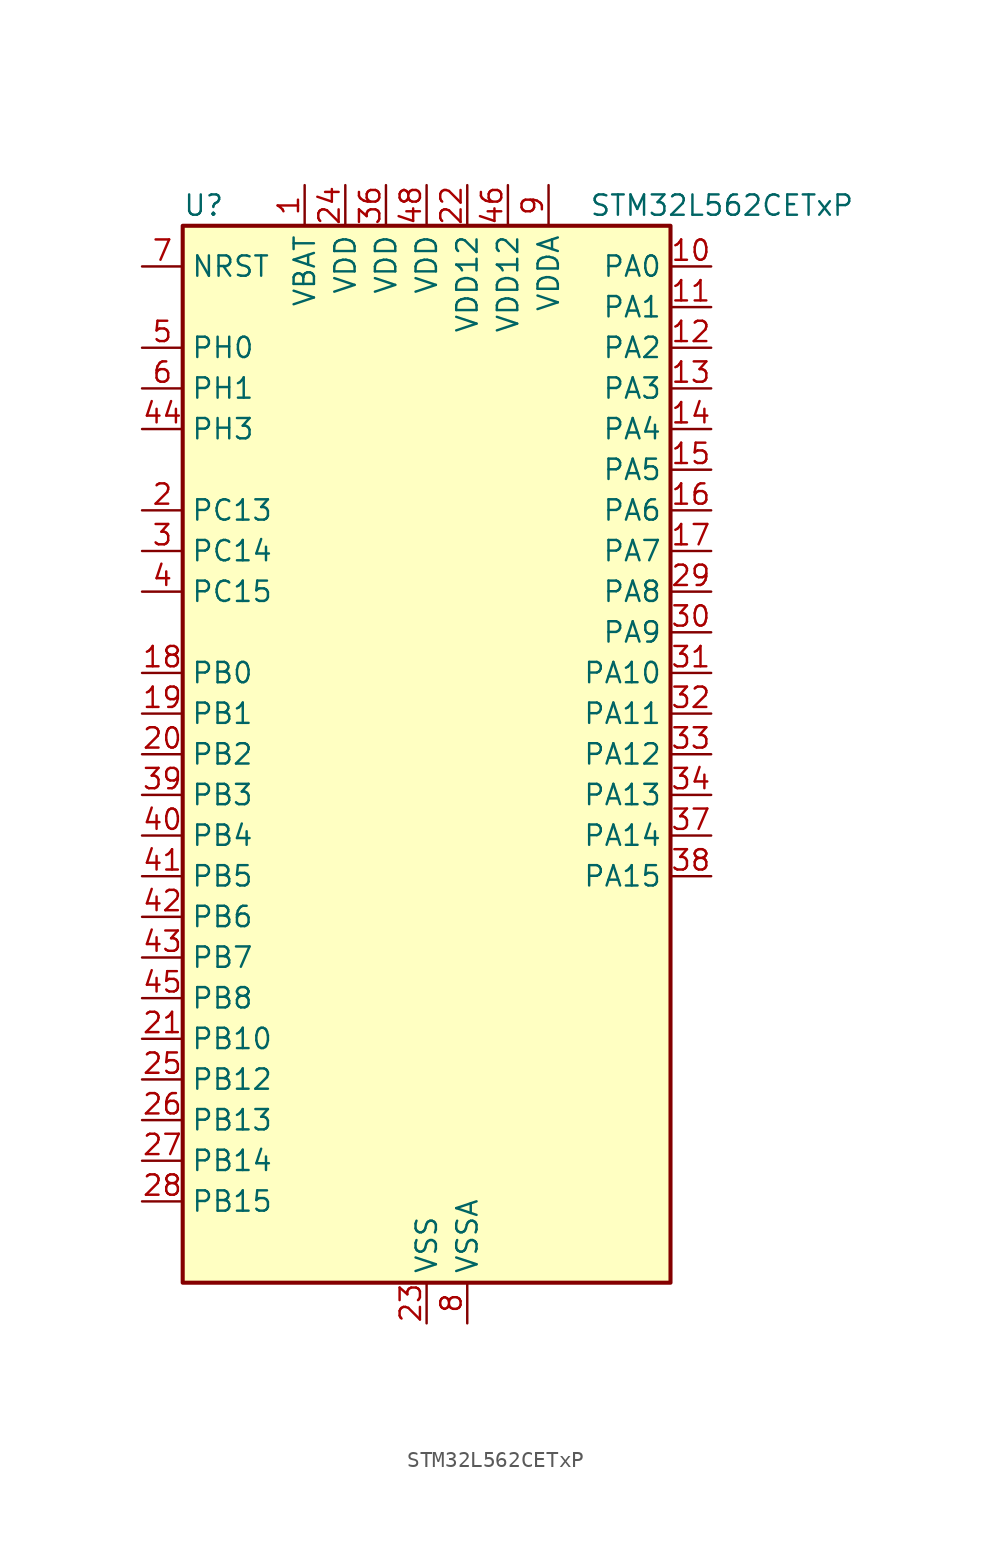
<source format=kicad_sym>
(kicad_symbol_lib
  (version 20220914)
  (generator kicad_symbol_editor)
  (symbol "STM32L562CETxP"
    (property "Reference" "U"
      (at -15.24 34.29 0)
      (effects (font (size 1.27 1.27)) (justify left)))
    (property "Value" "STM32L562CETxP"
      (at 10.16 34.29 0)
      (effects (font (size 1.27 1.27)) (justify left)))
    (property "ki_locked" ""
      (at 0 0 0)
      (effects (font (size 1.27 1.27))))
    (symbol "STM32L562CETxP_0_1"
      (rectangle (start -15.24 -33.02) (end 15.24 33.02) (stroke (width 0.254) (type default)) (fill (type background))))
    (symbol "STM32L562CETxP_1_1"
      (pin power_in line (at -7.62 35.56 270) (length 2.54) (name "VBAT" (effects (font (size 1.27 1.27)))) (number "1" (effects (font (size 1.27 1.27)))))
      (pin bidirectional line (at 17.78 30.48 180) (length 2.54) (name "PA0" (effects (font (size 1.27 1.27)))) (number "10" (effects (font (size 1.27 1.27)))) (alternate "ADC1_IN5" bidirectional line) (alternate "ADC2_IN5" bidirectional line) (alternate "OPAMP1_VINP" bidirectional line) (alternate "PWR_WKUP1" bidirectional line) (alternate "SAI1_EXTCLK" bidirectional line) (alternate "TAMP_IN2" bidirectional line) (alternate "TAMP_OUT1" bidirectional line) (alternate "TIM2_CH1" bidirectional line) (alternate "TIM2_ETR" bidirectional line) (alternate "TIM5_CH1" bidirectional line) (alternate "TIM8_ETR" bidirectional line) (alternate "UART4_TX" bidirectional line) (alternate "USART2_CTS" bidirectional line) (alternate "USART2_NSS" bidirectional line))
      (pin bidirectional line (at 17.78 27.94 180) (length 2.54) (name "PA1" (effects (font (size 1.27 1.27)))) (number "11" (effects (font (size 1.27 1.27)))) (alternate "ADC1_IN6" bidirectional line) (alternate "ADC2_IN6" bidirectional line) (alternate "I2C1_SMBA" bidirectional line) (alternate "OCTOSPI1_DQS" bidirectional line) (alternate "OPAMP1_VINM" bidirectional line) (alternate "SPI1_SCK" bidirectional line) (alternate "TAMP_IN5" bidirectional line) (alternate "TAMP_OUT4" bidirectional line) (alternate "TIM15_CH1N" bidirectional line) (alternate "TIM2_CH2" bidirectional line) (alternate "TIM5_CH2" bidirectional line) (alternate "UART4_RX" bidirectional line) (alternate "USART2_DE" bidirectional line) (alternate "USART2_RTS" bidirectional line))
      (pin bidirectional line (at 17.78 25.4 180) (length 2.54) (name "PA2" (effects (font (size 1.27 1.27)))) (number "12" (effects (font (size 1.27 1.27)))) (alternate "ADC1_IN7" bidirectional line) (alternate "ADC2_IN7" bidirectional line) (alternate "COMP1_INP" bidirectional line) (alternate "LPUART1_TX" bidirectional line) (alternate "OCTOSPI1_NCS" bidirectional line) (alternate "PWR_WKUP4" bidirectional line) (alternate "RCC_LSCO" bidirectional line) (alternate "SAI2_EXTCLK" bidirectional line) (alternate "TIM15_CH1" bidirectional line) (alternate "TIM2_CH3" bidirectional line) (alternate "TIM5_CH3" bidirectional line) (alternate "UCPD1_FRSTX1" bidirectional line) (alternate "USART2_TX" bidirectional line))
      (pin bidirectional line (at 17.78 22.86 180) (length 2.54) (name "PA3" (effects (font (size 1.27 1.27)))) (number "13" (effects (font (size 1.27 1.27)))) (alternate "ADC1_IN8" bidirectional line) (alternate "ADC2_IN8" bidirectional line) (alternate "LPUART1_RX" bidirectional line) (alternate "OCTOSPI1_CLK" bidirectional line) (alternate "OPAMP1_VOUT" bidirectional line) (alternate "SAI1_CK1" bidirectional line) (alternate "SAI1_MCLK_A" bidirectional line) (alternate "TIM15_CH2" bidirectional line) (alternate "TIM2_CH4" bidirectional line) (alternate "TIM5_CH4" bidirectional line) (alternate "USART2_RX" bidirectional line))
      (pin bidirectional line (at 17.78 20.32 180) (length 2.54) (name "PA4" (effects (font (size 1.27 1.27)))) (number "14" (effects (font (size 1.27 1.27)))) (alternate "ADC1_IN9" bidirectional line) (alternate "ADC2_IN9" bidirectional line) (alternate "DAC1_OUT1" bidirectional line) (alternate "LPTIM2_OUT" bidirectional line) (alternate "OCTOSPI1_NCS" bidirectional line) (alternate "SAI1_FS_B" bidirectional line) (alternate "SPI1_NSS" bidirectional line) (alternate "SPI3_NSS" bidirectional line) (alternate "USART2_CK" bidirectional line))
      (pin bidirectional line (at 17.78 17.78 180) (length 2.54) (name "PA5" (effects (font (size 1.27 1.27)))) (number "15" (effects (font (size 1.27 1.27)))) (alternate "ADC1_IN10" bidirectional line) (alternate "ADC2_IN10" bidirectional line) (alternate "DAC1_OUT2" bidirectional line) (alternate "LPTIM2_ETR" bidirectional line) (alternate "SPI1_SCK" bidirectional line) (alternate "TIM2_CH1" bidirectional line) (alternate "TIM2_ETR" bidirectional line) (alternate "TIM8_CH1N" bidirectional line))
      (pin bidirectional line (at 17.78 15.24 180) (length 2.54) (name "PA6" (effects (font (size 1.27 1.27)))) (number "16" (effects (font (size 1.27 1.27)))) (alternate "ADC1_IN11" bidirectional line) (alternate "ADC2_IN11" bidirectional line) (alternate "LPUART1_CTS" bidirectional line) (alternate "OCTOSPI1_IO3" bidirectional line) (alternate "OPAMP2_VINP" bidirectional line) (alternate "SPI1_MISO" bidirectional line) (alternate "TIM16_CH1" bidirectional line) (alternate "TIM1_BKIN" bidirectional line) (alternate "TIM3_CH1" bidirectional line) (alternate "TIM8_BKIN" bidirectional line) (alternate "USART3_CTS" bidirectional line) (alternate "USART3_NSS" bidirectional line))
      (pin bidirectional line (at 17.78 12.7 180) (length 2.54) (name "PA7" (effects (font (size 1.27 1.27)))) (number "17" (effects (font (size 1.27 1.27)))) (alternate "ADC1_IN12" bidirectional line) (alternate "ADC2_IN12" bidirectional line) (alternate "I2C3_SCL" bidirectional line) (alternate "OCTOSPI1_IO2" bidirectional line) (alternate "OPAMP2_VINM" bidirectional line) (alternate "SPI1_MOSI" bidirectional line) (alternate "TIM17_CH1" bidirectional line) (alternate "TIM1_CH1N" bidirectional line) (alternate "TIM3_CH2" bidirectional line) (alternate "TIM8_CH1N" bidirectional line))
      (pin bidirectional line (at -17.78 5.08 0) (length 2.54) (name "PB0" (effects (font (size 1.27 1.27)))) (number "18" (effects (font (size 1.27 1.27)))) (alternate "ADC1_IN15" bidirectional line) (alternate "ADC2_IN15" bidirectional line) (alternate "COMP1_OUT" bidirectional line) (alternate "OCTOSPI1_IO1" bidirectional line) (alternate "OPAMP2_VOUT" bidirectional line) (alternate "SAI1_EXTCLK" bidirectional line) (alternate "SPI1_NSS" bidirectional line) (alternate "TIM1_CH2N" bidirectional line) (alternate "TIM3_CH3" bidirectional line) (alternate "TIM8_CH2N" bidirectional line) (alternate "USART3_CK" bidirectional line))
      (pin bidirectional line (at -17.78 2.54 0) (length 2.54) (name "PB1" (effects (font (size 1.27 1.27)))) (number "19" (effects (font (size 1.27 1.27)))) (alternate "ADC1_IN16" bidirectional line) (alternate "ADC2_IN16" bidirectional line) (alternate "COMP1_INM" bidirectional line) (alternate "DFSDM1_DATIN0" bidirectional line) (alternate "LPTIM2_IN1" bidirectional line) (alternate "LPUART1_DE" bidirectional line) (alternate "LPUART1_RTS" bidirectional line) (alternate "OCTOSPI1_IO0" bidirectional line) (alternate "TIM1_CH3N" bidirectional line) (alternate "TIM3_CH4" bidirectional line) (alternate "TIM8_CH3N" bidirectional line) (alternate "USART3_DE" bidirectional line) (alternate "USART3_RTS" bidirectional line))
      (pin bidirectional line (at -17.78 15.24 0) (length 2.54) (name "PC13" (effects (font (size 1.27 1.27)))) (number "2" (effects (font (size 1.27 1.27)))) (alternate "PWR_WKUP2" bidirectional line) (alternate "RTC_OUT1" bidirectional line) (alternate "RTC_TS" bidirectional line) (alternate "TAMP_IN1" bidirectional line) (alternate "TAMP_OUT2" bidirectional line))
      (pin bidirectional line (at -17.78 0 0) (length 2.54) (name "PB2" (effects (font (size 1.27 1.27)))) (number "20" (effects (font (size 1.27 1.27)))) (alternate "COMP1_INP" bidirectional line) (alternate "DFSDM1_CKIN0" bidirectional line) (alternate "I2C3_SMBA" bidirectional line) (alternate "LPTIM1_OUT" bidirectional line) (alternate "OCTOSPI1_DQS" bidirectional line) (alternate "RTC_OUT2" bidirectional line) (alternate "UCPD1_FRSTX1" bidirectional line))
      (pin bidirectional line (at -17.78 -17.78 0) (length 2.54) (name "PB10" (effects (font (size 1.27 1.27)))) (number "21" (effects (font (size 1.27 1.27)))) (alternate "COMP1_OUT" bidirectional line) (alternate "I2C2_SCL" bidirectional line) (alternate "I2C4_SCL" bidirectional line) (alternate "LPTIM3_OUT" bidirectional line) (alternate "LPUART1_RX" bidirectional line) (alternate "OCTOSPI1_CLK" bidirectional line) (alternate "SAI1_SCK_A" bidirectional line) (alternate "SPI2_SCK" bidirectional line) (alternate "TIM2_CH3" bidirectional line) (alternate "TSC_SYNC" bidirectional line) (alternate "USART3_TX" bidirectional line))
      (pin power_in line (at 2.54 35.56 270) (length 2.54) (name "VDD12" (effects (font (size 1.27 1.27)))) (number "22" (effects (font (size 1.27 1.27)))))
      (pin power_in line (at 0 -35.56 90) (length 2.54) (name "VSS" (effects (font (size 1.27 1.27)))) (number "23" (effects (font (size 1.27 1.27)))))
      (pin power_in line (at -5.08 35.56 270) (length 2.54) (name "VDD" (effects (font (size 1.27 1.27)))) (number "24" (effects (font (size 1.27 1.27)))))
      (pin bidirectional line (at -17.78 -20.32 0) (length 2.54) (name "PB12" (effects (font (size 1.27 1.27)))) (number "25" (effects (font (size 1.27 1.27)))) (alternate "DFSDM1_DATIN1" bidirectional line) (alternate "I2C2_SMBA" bidirectional line) (alternate "LPUART1_DE" bidirectional line) (alternate "LPUART1_RTS" bidirectional line) (alternate "OCTOSPI1_NCLK" bidirectional line) (alternate "SAI2_FS_A" bidirectional line) (alternate "SPI2_NSS" bidirectional line) (alternate "TIM15_BKIN" bidirectional line) (alternate "TIM1_BKIN" bidirectional line) (alternate "TSC_G1_IO1" bidirectional line) (alternate "USART3_CK" bidirectional line))
      (pin bidirectional line (at -17.78 -22.86 0) (length 2.54) (name "PB13" (effects (font (size 1.27 1.27)))) (number "26" (effects (font (size 1.27 1.27)))) (alternate "DFSDM1_CKIN1" bidirectional line) (alternate "I2C2_SCL" bidirectional line) (alternate "LPTIM3_IN1" bidirectional line) (alternate "LPUART1_CTS" bidirectional line) (alternate "SAI2_SCK_A" bidirectional line) (alternate "SPI2_SCK" bidirectional line) (alternate "TIM15_CH1N" bidirectional line) (alternate "TIM1_CH1N" bidirectional line) (alternate "TSC_G1_IO2" bidirectional line) (alternate "UCPD1_FRSTX2" bidirectional line) (alternate "USART3_CTS" bidirectional line) (alternate "USART3_NSS" bidirectional line))
      (pin bidirectional line (at -17.78 -25.4 0) (length 2.54) (name "PB14" (effects (font (size 1.27 1.27)))) (number "27" (effects (font (size 1.27 1.27)))) (alternate "DFSDM1_DATIN2" bidirectional line) (alternate "I2C2_SDA" bidirectional line) (alternate "LPTIM3_ETR" bidirectional line) (alternate "SAI2_MCLK_A" bidirectional line) (alternate "SPI2_MISO" bidirectional line) (alternate "TIM15_CH1" bidirectional line) (alternate "TIM1_CH2N" bidirectional line) (alternate "TIM8_CH2N" bidirectional line) (alternate "TSC_G1_IO3" bidirectional line) (alternate "UCPD1_DBCC2" bidirectional line) (alternate "USART3_DE" bidirectional line) (alternate "USART3_RTS" bidirectional line))
      (pin bidirectional line (at -17.78 -27.94 0) (length 2.54) (name "PB15" (effects (font (size 1.27 1.27)))) (number "28" (effects (font (size 1.27 1.27)))) (alternate "ADC1_EXTI15" bidirectional line) (alternate "ADC2_EXTI15" bidirectional line) (alternate "DFSDM1_CKIN2" bidirectional line) (alternate "RTC_REFIN" bidirectional line) (alternate "SAI2_SD_A" bidirectional line) (alternate "SPI2_MOSI" bidirectional line) (alternate "TIM15_CH2" bidirectional line) (alternate "TIM1_CH3N" bidirectional line) (alternate "TIM8_CH3N" bidirectional line) (alternate "UCPD1_CC2" bidirectional line))
      (pin bidirectional line (at 17.78 10.16 180) (length 2.54) (name "PA8" (effects (font (size 1.27 1.27)))) (number "29" (effects (font (size 1.27 1.27)))) (alternate "LPTIM2_OUT" bidirectional line) (alternate "RCC_MCO" bidirectional line) (alternate "SAI1_CK2" bidirectional line) (alternate "SAI1_SCK_A" bidirectional line) (alternate "TIM1_CH1" bidirectional line) (alternate "USART1_CK" bidirectional line))
      (pin bidirectional line (at -17.78 12.7 0) (length 2.54) (name "PC14" (effects (font (size 1.27 1.27)))) (number "3" (effects (font (size 1.27 1.27)))) (alternate "RCC_OSC32_IN" bidirectional line))
      (pin bidirectional line (at 17.78 7.62 180) (length 2.54) (name "PA9" (effects (font (size 1.27 1.27)))) (number "30" (effects (font (size 1.27 1.27)))) (alternate "DAC1_EXTI9" bidirectional line) (alternate "SAI1_FS_A" bidirectional line) (alternate "SPI2_SCK" bidirectional line) (alternate "TIM15_BKIN" bidirectional line) (alternate "TIM1_CH2" bidirectional line) (alternate "USART1_TX" bidirectional line))
      (pin bidirectional line (at 17.78 5.08 180) (length 2.54) (name "PA10" (effects (font (size 1.27 1.27)))) (number "31" (effects (font (size 1.27 1.27)))) (alternate "CRS_SYNC" bidirectional line) (alternate "SAI1_D1" bidirectional line) (alternate "SAI1_SD_A" bidirectional line) (alternate "TIM17_BKIN" bidirectional line) (alternate "TIM1_CH3" bidirectional line) (alternate "USART1_RX" bidirectional line))
      (pin bidirectional line (at 17.78 2.54 180) (length 2.54) (name "PA11" (effects (font (size 1.27 1.27)))) (number "32" (effects (font (size 1.27 1.27)))) (alternate "ADC1_EXTI11" bidirectional line) (alternate "ADC2_EXTI11" bidirectional line) (alternate "FDCAN1_RX" bidirectional line) (alternate "SPI1_MISO" bidirectional line) (alternate "TIM1_BKIN2" bidirectional line) (alternate "TIM1_CH4" bidirectional line) (alternate "USART1_CTS" bidirectional line) (alternate "USART1_NSS" bidirectional line) (alternate "USB_DM" bidirectional line))
      (pin bidirectional line (at 17.78 0 180) (length 2.54) (name "PA12" (effects (font (size 1.27 1.27)))) (number "33" (effects (font (size 1.27 1.27)))) (alternate "FDCAN1_TX" bidirectional line) (alternate "SPI1_MOSI" bidirectional line) (alternate "TIM1_ETR" bidirectional line) (alternate "USART1_DE" bidirectional line) (alternate "USART1_RTS" bidirectional line) (alternate "USB_DP" bidirectional line))
      (pin bidirectional line (at 17.78 -2.54 180) (length 2.54) (name "PA13" (effects (font (size 1.27 1.27)))) (number "34" (effects (font (size 1.27 1.27)))) (alternate "DEBUG_JTMS-SWDIO" bidirectional line) (alternate "IR_OUT" bidirectional line) (alternate "SAI1_SD_B" bidirectional line) (alternate "USB_NOE" bidirectional line))
      (pin passive line (at 0 -35.56 90) (length 2.54) hide (name "VSS" (effects (font (size 1.27 1.27)))) (number "35" (effects (font (size 1.27 1.27)))))
      (pin power_in line (at -2.54 35.56 270) (length 2.54) (name "VDD" (effects (font (size 1.27 1.27)))) (number "36" (effects (font (size 1.27 1.27)))))
      (pin bidirectional line (at 17.78 -5.08 180) (length 2.54) (name "PA14" (effects (font (size 1.27 1.27)))) (number "37" (effects (font (size 1.27 1.27)))) (alternate "DEBUG_JTCK-SWCLK" bidirectional line) (alternate "I2C1_SMBA" bidirectional line) (alternate "I2C4_SMBA" bidirectional line) (alternate "LPTIM1_OUT" bidirectional line) (alternate "SAI1_FS_B" bidirectional line))
      (pin bidirectional line (at 17.78 -7.62 180) (length 2.54) (name "PA15" (effects (font (size 1.27 1.27)))) (number "38" (effects (font (size 1.27 1.27)))) (alternate "ADC1_EXTI15" bidirectional line) (alternate "ADC2_EXTI15" bidirectional line) (alternate "DEBUG_JTDI" bidirectional line) (alternate "SAI2_FS_B" bidirectional line) (alternate "SPI1_NSS" bidirectional line) (alternate "SPI3_NSS" bidirectional line) (alternate "TIM2_CH1" bidirectional line) (alternate "TIM2_ETR" bidirectional line) (alternate "UART4_DE" bidirectional line) (alternate "UART4_RTS" bidirectional line) (alternate "UCPD1_CC1" bidirectional line) (alternate "USART2_RX" bidirectional line) (alternate "USART3_DE" bidirectional line) (alternate "USART3_RTS" bidirectional line))
      (pin bidirectional line (at -17.78 -2.54 0) (length 2.54) (name "PB3" (effects (font (size 1.27 1.27)))) (number "39" (effects (font (size 1.27 1.27)))) (alternate "COMP2_INM" bidirectional line) (alternate "CRS_SYNC" bidirectional line) (alternate "DEBUG_JTDO-SWO" bidirectional line) (alternate "SAI1_SCK_B" bidirectional line) (alternate "SPI1_SCK" bidirectional line) (alternate "SPI3_SCK" bidirectional line) (alternate "TIM2_CH2" bidirectional line) (alternate "USART1_DE" bidirectional line) (alternate "USART1_RTS" bidirectional line))
      (pin bidirectional line (at -17.78 10.16 0) (length 2.54) (name "PC15" (effects (font (size 1.27 1.27)))) (number "4" (effects (font (size 1.27 1.27)))) (alternate "ADC1_EXTI15" bidirectional line) (alternate "ADC2_EXTI15" bidirectional line) (alternate "RCC_OSC32_OUT" bidirectional line))
      (pin bidirectional line (at -17.78 -5.08 0) (length 2.54) (name "PB4" (effects (font (size 1.27 1.27)))) (number "40" (effects (font (size 1.27 1.27)))) (alternate "COMP2_INP" bidirectional line) (alternate "DEBUG_JTRST" bidirectional line) (alternate "I2C3_SDA" bidirectional line) (alternate "SAI1_MCLK_B" bidirectional line) (alternate "SPI1_MISO" bidirectional line) (alternate "SPI3_MISO" bidirectional line) (alternate "TIM17_BKIN" bidirectional line) (alternate "TIM3_CH1" bidirectional line) (alternate "TSC_G2_IO1" bidirectional line) (alternate "USART1_CTS" bidirectional line) (alternate "USART1_NSS" bidirectional line))
      (pin bidirectional line (at -17.78 -7.62 0) (length 2.54) (name "PB5" (effects (font (size 1.27 1.27)))) (number "41" (effects (font (size 1.27 1.27)))) (alternate "COMP2_OUT" bidirectional line) (alternate "I2C1_SMBA" bidirectional line) (alternate "LPTIM1_IN1" bidirectional line) (alternate "OCTOSPI1_NCLK" bidirectional line) (alternate "SAI1_SD_B" bidirectional line) (alternate "SPI1_MOSI" bidirectional line) (alternate "SPI3_MOSI" bidirectional line) (alternate "TIM16_BKIN" bidirectional line) (alternate "TIM3_CH2" bidirectional line) (alternate "TSC_G2_IO2" bidirectional line) (alternate "UCPD1_DBCC1" bidirectional line) (alternate "USART1_CK" bidirectional line))
      (pin bidirectional line (at -17.78 -10.16 0) (length 2.54) (name "PB6" (effects (font (size 1.27 1.27)))) (number "42" (effects (font (size 1.27 1.27)))) (alternate "COMP2_INP" bidirectional line) (alternate "I2C1_SCL" bidirectional line) (alternate "I2C4_SCL" bidirectional line) (alternate "LPTIM1_ETR" bidirectional line) (alternate "SAI1_FS_B" bidirectional line) (alternate "TIM16_CH1N" bidirectional line) (alternate "TIM4_CH1" bidirectional line) (alternate "TIM8_BKIN2" bidirectional line) (alternate "TSC_G2_IO3" bidirectional line) (alternate "USART1_TX" bidirectional line))
      (pin bidirectional line (at -17.78 -12.7 0) (length 2.54) (name "PB7" (effects (font (size 1.27 1.27)))) (number "43" (effects (font (size 1.27 1.27)))) (alternate "COMP2_INM" bidirectional line) (alternate "I2C1_SDA" bidirectional line) (alternate "I2C4_SDA" bidirectional line) (alternate "LPTIM1_IN2" bidirectional line) (alternate "PWR_PVD_IN" bidirectional line) (alternate "TIM17_CH1N" bidirectional line) (alternate "TIM4_CH2" bidirectional line) (alternate "TIM8_BKIN" bidirectional line) (alternate "TSC_G2_IO4" bidirectional line) (alternate "UART4_CTS" bidirectional line) (alternate "USART1_RX" bidirectional line))
      (pin bidirectional line (at -17.78 20.32 0) (length 2.54) (name "PH3" (effects (font (size 1.27 1.27)))) (number "44" (effects (font (size 1.27 1.27)))))
      (pin bidirectional line (at -17.78 -15.24 0) (length 2.54) (name "PB8" (effects (font (size 1.27 1.27)))) (number "45" (effects (font (size 1.27 1.27)))) (alternate "DFSDM1_CKOUT" bidirectional line) (alternate "FDCAN1_RX" bidirectional line) (alternate "I2C1_SCL" bidirectional line) (alternate "SAI1_CK1" bidirectional line) (alternate "SAI1_MCLK_A" bidirectional line) (alternate "TIM16_CH1" bidirectional line) (alternate "TIM4_CH3" bidirectional line))
      (pin power_in line (at 5.08 35.56 270) (length 2.54) (name "VDD12" (effects (font (size 1.27 1.27)))) (number "46" (effects (font (size 1.27 1.27)))))
      (pin passive line (at 0 -35.56 90) (length 2.54) hide (name "VSS" (effects (font (size 1.27 1.27)))) (number "47" (effects (font (size 1.27 1.27)))))
      (pin power_in line (at 0 35.56 270) (length 2.54) (name "VDD" (effects (font (size 1.27 1.27)))) (number "48" (effects (font (size 1.27 1.27)))))
      (pin bidirectional line (at -17.78 25.4 0) (length 2.54) (name "PH0" (effects (font (size 1.27 1.27)))) (number "5" (effects (font (size 1.27 1.27)))) (alternate "RCC_OSC_IN" bidirectional line))
      (pin bidirectional line (at -17.78 22.86 0) (length 2.54) (name "PH1" (effects (font (size 1.27 1.27)))) (number "6" (effects (font (size 1.27 1.27)))) (alternate "RCC_OSC_OUT" bidirectional line))
      (pin input line (at -17.78 30.48 0) (length 2.54) (name "NRST" (effects (font (size 1.27 1.27)))) (number "7" (effects (font (size 1.27 1.27)))))
      (pin power_in line (at 2.54 -35.56 90) (length 2.54) (name "VSSA" (effects (font (size 1.27 1.27)))) (number "8" (effects (font (size 1.27 1.27)))))
      (pin power_in line (at 7.62 35.56 270) (length 2.54) (name "VDDA" (effects (font (size 1.27 1.27)))) (number "9" (effects (font (size 1.27 1.27))))))))
</source>
